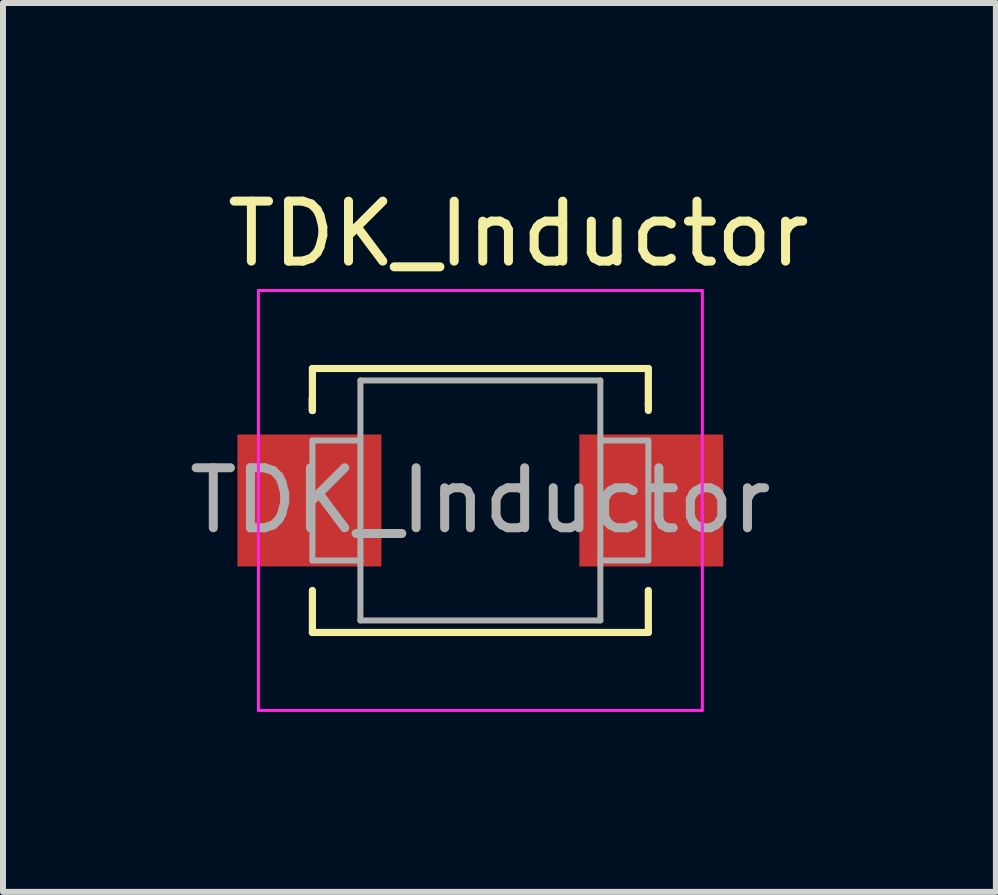
<source format=kicad_pcb>
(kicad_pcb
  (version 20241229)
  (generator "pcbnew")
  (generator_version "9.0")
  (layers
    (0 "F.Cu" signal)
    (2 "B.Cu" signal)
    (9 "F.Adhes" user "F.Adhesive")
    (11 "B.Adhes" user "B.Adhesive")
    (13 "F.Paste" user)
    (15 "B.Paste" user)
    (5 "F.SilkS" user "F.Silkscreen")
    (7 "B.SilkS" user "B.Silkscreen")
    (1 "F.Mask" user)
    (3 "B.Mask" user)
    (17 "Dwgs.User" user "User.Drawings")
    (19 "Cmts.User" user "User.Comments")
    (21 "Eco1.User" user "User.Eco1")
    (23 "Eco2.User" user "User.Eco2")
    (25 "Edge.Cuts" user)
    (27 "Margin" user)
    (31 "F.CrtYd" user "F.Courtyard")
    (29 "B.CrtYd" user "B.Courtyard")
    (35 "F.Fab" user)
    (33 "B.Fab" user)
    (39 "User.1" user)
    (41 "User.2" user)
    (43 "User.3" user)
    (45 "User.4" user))
  (footprint "TDK_Inductor"
    (layer "F.Cu")
    (at 4.958 5.293)
    (property "Reference" "TDK_Inductor" (at 0.635 -4.445 0) (layer "F.SilkS") (effects (font (size 1 1) (thickness 0.15))))
    (attr smd)
    (fp_line (start -2.8 -2.2) (end -2.8 -1.5) (stroke (width 0.12) (type solid)) (layer "F.SilkS"))
    (fp_line (start -2.8 -1.7) (end -2.8 -1.5) (stroke (width 0.12) (type solid)) (layer "F.SilkS"))
    (fp_line (start -2.8 -1.5) (end -2.8 -1.7) (stroke (width 0.12) (type solid)) (layer "F.SilkS"))
    (fp_line (start -2.8 2.2) (end -2.8 1.5) (stroke (width 0.12) (type solid)) (layer "F.SilkS"))
    (fp_line (start 2.8 -2.2) (end -2.8 -2.2) (stroke (width 0.12) (type solid)) (layer "F.SilkS"))
    (fp_line (start 2.8 -2.2) (end 2.8 -1.6) (stroke (width 0.12) (type solid)) (layer "F.SilkS"))
    (fp_line (start 2.8 -1.6) (end 2.8 -1.5) (stroke (width 0.12) (type solid)) (layer "F.SilkS"))
    (fp_line (start 2.8 1.5) (end 2.8 2.2) (stroke (width 0.12) (type solid)) (layer "F.SilkS"))
    (fp_line (start 2.8 2.2) (end -2.8 2.2) (stroke (width 0.12) (type solid)) (layer "F.SilkS"))
    (fp_line (start -3.7 -3.5) (end -3.7 3.5) (stroke (width 0.05) (type solid)) (layer "F.CrtYd"))
    (fp_line (start -3.7 -3.5) (end 3.7 -3.5) (stroke (width 0.05) (type solid)) (layer "F.CrtYd"))
    (fp_line (start 3.7 3.5) (end -3.7 3.5) (stroke (width 0.05) (type solid)) (layer "F.CrtYd"))
    (fp_line (start 3.7 3.5) (end 3.7 -3.5) (stroke (width 0.05) (type solid)) (layer "F.CrtYd"))
    (fp_line (start -2.8 -1) (end -2 -1) (stroke (width 0.1) (type solid)) (layer "F.Fab"))
    (fp_line (start -2.8 1) (end -2.8 -1) (stroke (width 0.1) (type solid)) (layer "F.Fab"))
    (fp_line (start -2 -2) (end 2 -2) (stroke (width 0.1) (type solid)) (layer "F.Fab"))
    (fp_line (start -2 1) (end -2.8 1) (stroke (width 0.1) (type solid)) (layer "F.Fab"))
    (fp_line (start -2 2) (end -2 -2) (stroke (width 0.1) (type solid)) (layer "F.Fab"))
    (fp_line (start 2 -2) (end 2 2) (stroke (width 0.1) (type solid)) (layer "F.Fab"))
    (fp_line (start 2 -1) (end 2.8 -1) (stroke (width 0.1) (type solid)) (layer "F.Fab"))
    (fp_line (start 2 2) (end -2 2) (stroke (width 0.1) (type solid)) (layer "F.Fab"))
    (fp_line (start 2.8 -1) (end 2.8 1) (stroke (width 0.1) (type solid)) (layer "F.Fab"))
    (fp_line (start 2.8 1) (end 2 1) (stroke (width 0.1) (type solid)) (layer "F.Fab"))
    (fp_text user "${REFERENCE}" (at 0 0 0) (layer "F.Fab") (effects (font (size 1 1) (thickness 0.15))))
    (pad "1" smd rect (at -2.85 0) (size 2.4 2.2) (layers "F.Cu" "F.Mask" "F.Paste"))
    (pad "2" smd rect (at 2.85 0) (size 2.4 2.2) (layers "F.Cu" "F.Mask" "F.Paste")))
  (gr_rect
    (start -3 -3)
    (end 13.552 11.818)
    (stroke (width 0.1) (type default))
    (fill no)
    (layer "Edge.Cuts")))
</source>
